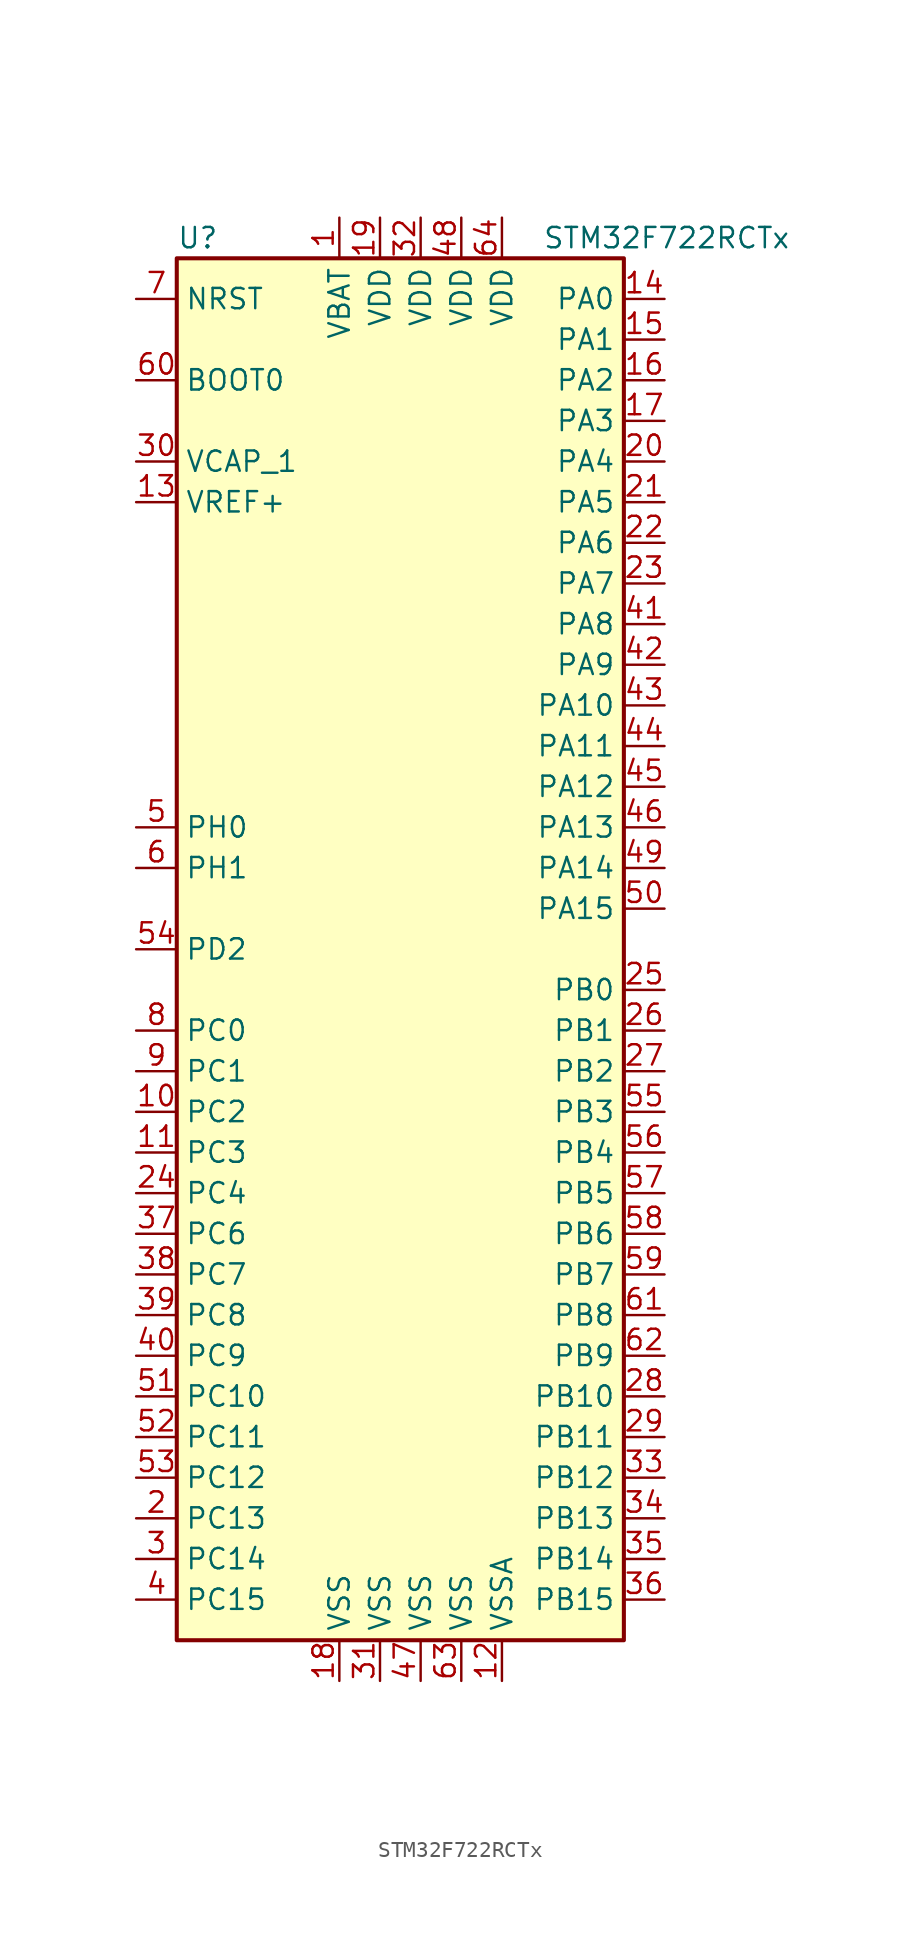
<source format=kicad_sym>
(kicad_symbol_lib
  (version 20201005)
  (generator kicad_symbol_editor)
  (symbol "STM32F722RCTx"
    (property "Reference" "U"
      (at -15.24 44.45 0)
      (effects (font (size 1.27 1.27)) (justify left)))
    (property "Value" "STM32F722RCTx"
      (at 7.62 44.45 0)
      (effects (font (size 1.27 1.27)) (justify left)))
    (symbol "STM32F722RCTx_0_1"
      (rectangle (start -15.24 -43.18) (end 12.7 43.18) (stroke (width 0.254)) (fill (type background))))
    (symbol "STM32F722RCTx_1_1"
      (pin input line (at -17.78 35.56 0) (length 2.54) (name "BOOT0" (effects (font (size 1.27 1.27)))) (number "60" (effects (font (size 1.27 1.27)))))
      (pin input line (at -17.78 40.64 0) (length 2.54) (name "NRST" (effects (font (size 1.27 1.27)))) (number "7" (effects (font (size 1.27 1.27)))))
      (pin bidirectional line (at 15.24 40.64 180) (length 2.54) (name "PA0" (effects (font (size 1.27 1.27)))) (number "14" (effects (font (size 1.27 1.27)))))
      (pin bidirectional line (at 15.24 38.1 180) (length 2.54) (name "PA1" (effects (font (size 1.27 1.27)))) (number "15" (effects (font (size 1.27 1.27)))))
      (pin bidirectional line (at 15.24 15.24 180) (length 2.54) (name "PA10" (effects (font (size 1.27 1.27)))) (number "43" (effects (font (size 1.27 1.27)))))
      (pin bidirectional line (at 15.24 12.7 180) (length 2.54) (name "PA11" (effects (font (size 1.27 1.27)))) (number "44" (effects (font (size 1.27 1.27)))))
      (pin bidirectional line (at 15.24 10.16 180) (length 2.54) (name "PA12" (effects (font (size 1.27 1.27)))) (number "45" (effects (font (size 1.27 1.27)))))
      (pin bidirectional line (at 15.24 7.62 180) (length 2.54) (name "PA13" (effects (font (size 1.27 1.27)))) (number "46" (effects (font (size 1.27 1.27)))))
      (pin bidirectional line (at 15.24 5.08 180) (length 2.54) (name "PA14" (effects (font (size 1.27 1.27)))) (number "49" (effects (font (size 1.27 1.27)))))
      (pin bidirectional line (at 15.24 2.54 180) (length 2.54) (name "PA15" (effects (font (size 1.27 1.27)))) (number "50" (effects (font (size 1.27 1.27)))))
      (pin bidirectional line (at 15.24 35.56 180) (length 2.54) (name "PA2" (effects (font (size 1.27 1.27)))) (number "16" (effects (font (size 1.27 1.27)))))
      (pin bidirectional line (at 15.24 33.02 180) (length 2.54) (name "PA3" (effects (font (size 1.27 1.27)))) (number "17" (effects (font (size 1.27 1.27)))))
      (pin bidirectional line (at 15.24 30.48 180) (length 2.54) (name "PA4" (effects (font (size 1.27 1.27)))) (number "20" (effects (font (size 1.27 1.27)))))
      (pin bidirectional line (at 15.24 27.94 180) (length 2.54) (name "PA5" (effects (font (size 1.27 1.27)))) (number "21" (effects (font (size 1.27 1.27)))))
      (pin bidirectional line (at 15.24 25.4 180) (length 2.54) (name "PA6" (effects (font (size 1.27 1.27)))) (number "22" (effects (font (size 1.27 1.27)))))
      (pin bidirectional line (at 15.24 22.86 180) (length 2.54) (name "PA7" (effects (font (size 1.27 1.27)))) (number "23" (effects (font (size 1.27 1.27)))))
      (pin bidirectional line (at 15.24 20.32 180) (length 2.54) (name "PA8" (effects (font (size 1.27 1.27)))) (number "41" (effects (font (size 1.27 1.27)))))
      (pin bidirectional line (at 15.24 17.78 180) (length 2.54) (name "PA9" (effects (font (size 1.27 1.27)))) (number "42" (effects (font (size 1.27 1.27)))))
      (pin bidirectional line (at 15.24 -2.54 180) (length 2.54) (name "PB0" (effects (font (size 1.27 1.27)))) (number "25" (effects (font (size 1.27 1.27)))))
      (pin bidirectional line (at 15.24 -5.08 180) (length 2.54) (name "PB1" (effects (font (size 1.27 1.27)))) (number "26" (effects (font (size 1.27 1.27)))))
      (pin bidirectional line (at 15.24 -27.94 180) (length 2.54) (name "PB10" (effects (font (size 1.27 1.27)))) (number "28" (effects (font (size 1.27 1.27)))))
      (pin bidirectional line (at 15.24 -30.48 180) (length 2.54) (name "PB11" (effects (font (size 1.27 1.27)))) (number "29" (effects (font (size 1.27 1.27)))))
      (pin bidirectional line (at 15.24 -33.02 180) (length 2.54) (name "PB12" (effects (font (size 1.27 1.27)))) (number "33" (effects (font (size 1.27 1.27)))))
      (pin bidirectional line (at 15.24 -35.56 180) (length 2.54) (name "PB13" (effects (font (size 1.27 1.27)))) (number "34" (effects (font (size 1.27 1.27)))))
      (pin bidirectional line (at 15.24 -38.1 180) (length 2.54) (name "PB14" (effects (font (size 1.27 1.27)))) (number "35" (effects (font (size 1.27 1.27)))))
      (pin bidirectional line (at 15.24 -40.64 180) (length 2.54) (name "PB15" (effects (font (size 1.27 1.27)))) (number "36" (effects (font (size 1.27 1.27)))))
      (pin bidirectional line (at 15.24 -7.62 180) (length 2.54) (name "PB2" (effects (font (size 1.27 1.27)))) (number "27" (effects (font (size 1.27 1.27)))))
      (pin bidirectional line (at 15.24 -10.16 180) (length 2.54) (name "PB3" (effects (font (size 1.27 1.27)))) (number "55" (effects (font (size 1.27 1.27)))))
      (pin bidirectional line (at 15.24 -12.7 180) (length 2.54) (name "PB4" (effects (font (size 1.27 1.27)))) (number "56" (effects (font (size 1.27 1.27)))))
      (pin bidirectional line (at 15.24 -15.24 180) (length 2.54) (name "PB5" (effects (font (size 1.27 1.27)))) (number "57" (effects (font (size 1.27 1.27)))))
      (pin bidirectional line (at 15.24 -17.78 180) (length 2.54) (name "PB6" (effects (font (size 1.27 1.27)))) (number "58" (effects (font (size 1.27 1.27)))))
      (pin bidirectional line (at 15.24 -20.32 180) (length 2.54) (name "PB7" (effects (font (size 1.27 1.27)))) (number "59" (effects (font (size 1.27 1.27)))))
      (pin bidirectional line (at 15.24 -22.86 180) (length 2.54) (name "PB8" (effects (font (size 1.27 1.27)))) (number "61" (effects (font (size 1.27 1.27)))))
      (pin bidirectional line (at 15.24 -25.4 180) (length 2.54) (name "PB9" (effects (font (size 1.27 1.27)))) (number "62" (effects (font (size 1.27 1.27)))))
      (pin bidirectional line (at -17.78 -5.08 0) (length 2.54) (name "PC0" (effects (font (size 1.27 1.27)))) (number "8" (effects (font (size 1.27 1.27)))))
      (pin bidirectional line (at -17.78 -7.62 0) (length 2.54) (name "PC1" (effects (font (size 1.27 1.27)))) (number "9" (effects (font (size 1.27 1.27)))))
      (pin bidirectional line (at -17.78 -27.94 0) (length 2.54) (name "PC10" (effects (font (size 1.27 1.27)))) (number "51" (effects (font (size 1.27 1.27)))))
      (pin bidirectional line (at -17.78 -30.48 0) (length 2.54) (name "PC11" (effects (font (size 1.27 1.27)))) (number "52" (effects (font (size 1.27 1.27)))))
      (pin bidirectional line (at -17.78 -33.02 0) (length 2.54) (name "PC12" (effects (font (size 1.27 1.27)))) (number "53" (effects (font (size 1.27 1.27)))))
      (pin bidirectional line (at -17.78 -35.56 0) (length 2.54) (name "PC13" (effects (font (size 1.27 1.27)))) (number "2" (effects (font (size 1.27 1.27)))))
      (pin bidirectional line (at -17.78 -38.1 0) (length 2.54) (name "PC14" (effects (font (size 1.27 1.27)))) (number "3" (effects (font (size 1.27 1.27)))))
      (pin bidirectional line (at -17.78 -40.64 0) (length 2.54) (name "PC15" (effects (font (size 1.27 1.27)))) (number "4" (effects (font (size 1.27 1.27)))))
      (pin bidirectional line (at -17.78 -10.16 0) (length 2.54) (name "PC2" (effects (font (size 1.27 1.27)))) (number "10" (effects (font (size 1.27 1.27)))))
      (pin bidirectional line (at -17.78 -12.7 0) (length 2.54) (name "PC3" (effects (font (size 1.27 1.27)))) (number "11" (effects (font (size 1.27 1.27)))))
      (pin bidirectional line (at -17.78 -15.24 0) (length 2.54) (name "PC4" (effects (font (size 1.27 1.27)))) (number "24" (effects (font (size 1.27 1.27)))))
      (pin bidirectional line (at -17.78 -17.78 0) (length 2.54) (name "PC6" (effects (font (size 1.27 1.27)))) (number "37" (effects (font (size 1.27 1.27)))))
      (pin bidirectional line (at -17.78 -20.32 0) (length 2.54) (name "PC7" (effects (font (size 1.27 1.27)))) (number "38" (effects (font (size 1.27 1.27)))))
      (pin bidirectional line (at -17.78 -22.86 0) (length 2.54) (name "PC8" (effects (font (size 1.27 1.27)))) (number "39" (effects (font (size 1.27 1.27)))))
      (pin bidirectional line (at -17.78 -25.4 0) (length 2.54) (name "PC9" (effects (font (size 1.27 1.27)))) (number "40" (effects (font (size 1.27 1.27)))))
      (pin bidirectional line (at -17.78 0 0) (length 2.54) (name "PD2" (effects (font (size 1.27 1.27)))) (number "54" (effects (font (size 1.27 1.27)))))
      (pin input line (at -17.78 7.62 0) (length 2.54) (name "PH0" (effects (font (size 1.27 1.27)))) (number "5" (effects (font (size 1.27 1.27)))))
      (pin input line (at -17.78 5.08 0) (length 2.54) (name "PH1" (effects (font (size 1.27 1.27)))) (number "6" (effects (font (size 1.27 1.27)))))
      (pin power_in line (at -5.08 45.72 270) (length 2.54) (name "VBAT" (effects (font (size 1.27 1.27)))) (number "1" (effects (font (size 1.27 1.27)))))
      (pin power_in line (at -17.78 30.48 0) (length 2.54) (name "VCAP_1" (effects (font (size 1.27 1.27)))) (number "30" (effects (font (size 1.27 1.27)))))
      (pin power_in line (at -2.54 45.72 270) (length 2.54) (name "VDD" (effects (font (size 1.27 1.27)))) (number "19" (effects (font (size 1.27 1.27)))))
      (pin power_in line (at 0 45.72 270) (length 2.54) (name "VDD" (effects (font (size 1.27 1.27)))) (number "32" (effects (font (size 1.27 1.27)))))
      (pin power_in line (at 2.54 45.72 270) (length 2.54) (name "VDD" (effects (font (size 1.27 1.27)))) (number "48" (effects (font (size 1.27 1.27)))))
      (pin power_in line (at 5.08 45.72 270) (length 2.54) (name "VDD" (effects (font (size 1.27 1.27)))) (number "64" (effects (font (size 1.27 1.27)))))
      (pin power_in line (at -17.78 27.94 0) (length 2.54) (name "VREF+" (effects (font (size 1.27 1.27)))) (number "13" (effects (font (size 1.27 1.27)))))
      (pin power_in line (at -5.08 -45.72 90) (length 2.54) (name "VSS" (effects (font (size 1.27 1.27)))) (number "18" (effects (font (size 1.27 1.27)))))
      (pin power_in line (at -2.54 -45.72 90) (length 2.54) (name "VSS" (effects (font (size 1.27 1.27)))) (number "31" (effects (font (size 1.27 1.27)))))
      (pin power_in line (at 0 -45.72 90) (length 2.54) (name "VSS" (effects (font (size 1.27 1.27)))) (number "47" (effects (font (size 1.27 1.27)))))
      (pin power_in line (at 2.54 -45.72 90) (length 2.54) (name "VSS" (effects (font (size 1.27 1.27)))) (number "63" (effects (font (size 1.27 1.27)))))
      (pin power_in line (at 5.08 -45.72 90) (length 2.54) (name "VSSA" (effects (font (size 1.27 1.27)))) (number "12" (effects (font (size 1.27 1.27))))))))
</source>
